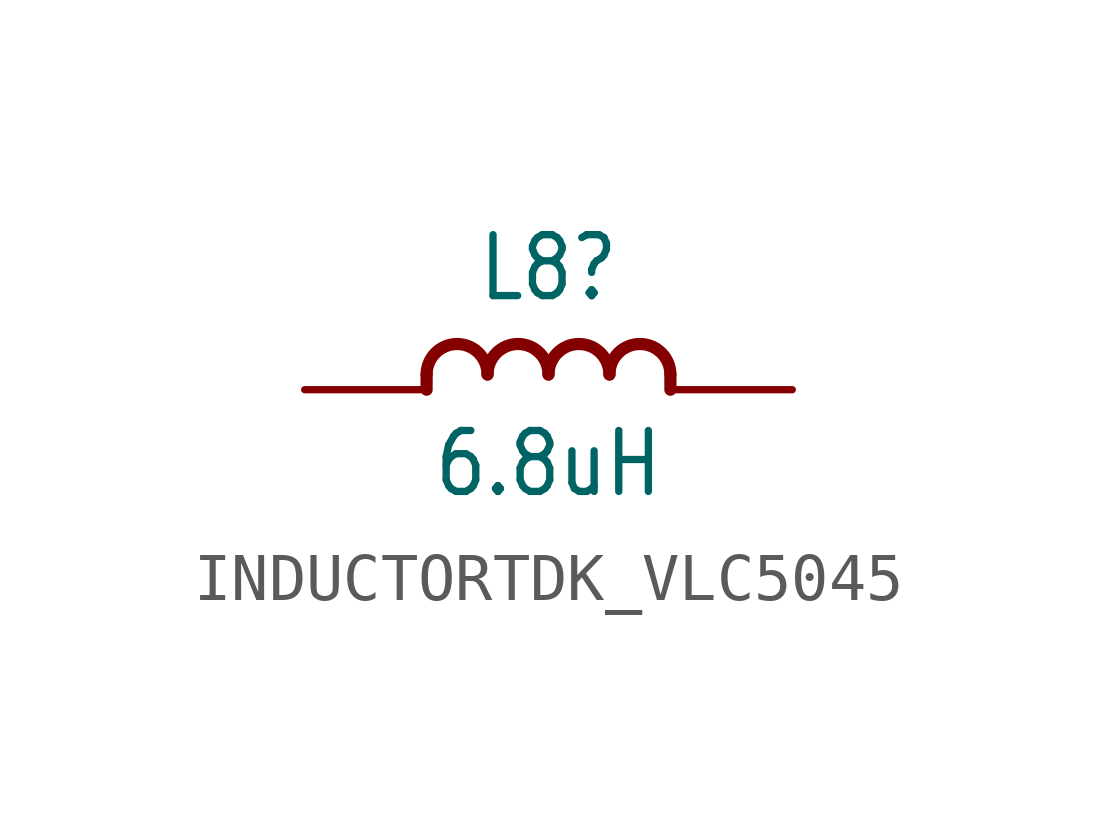
<source format=kicad_sym>
(kicad_symbol_lib
  (version 20220914)
  (generator kicad_symbol_editor)
  (symbol "INDUCTORTDK_VLC5045"
    (property "Reference" "L8"
      (at 0 2.54 0)
      (effects (font (size 1.27 1.079))))
    (property "Value" "6.8uH"
      (at 0 -1.54 0)
      (effects (font (size 1.27 1.079))))
    (property "ki_locked" ""
      (at 0 0 0)
      (effects (font (size 1.27 1.27))))
    (symbol "INDUCTORTDK_VLC5045_1_0"
      (arc (start -1.27 0.3173) (mid -1.9049 0.9497) (end -2.54 0.3175) (stroke (width 0.254) (type solid)) (fill (type none)))
      (polyline (pts (xy -2.54 0.318) (xy -2.54 0)) (stroke (width 0.254) (type solid)) (fill (type none)))
      (polyline (pts (xy 2.54 0.318) (xy 2.54 0)) (stroke (width 0.254) (type solid)) (fill (type none)))
      (arc (start 0 0.3173) (mid -0.6349 0.9497) (end -1.27 0.3175) (stroke (width 0.254) (type solid)) (fill (type none)))
      (arc (start 1.27 0.3173) (mid 0.6351 0.9497) (end 0 0.3175) (stroke (width 0.254) (type solid)) (fill (type none)))
      (arc (start 2.54 0.3173) (mid 1.9051 0.9497) (end 1.27 0.3175) (stroke (width 0.254) (type solid)) (fill (type none)))
      (pin passive line (at -5.08 0 0) (length 2.54) (name "1" (effects (font (size 0 0)))) (number "P$1" (effects (font (size 0 0)))))
      (pin passive line (at 5.08 0 180) (length 2.54) (name "2" (effects (font (size 0 0)))) (number "P$2" (effects (font (size 0 0))))))))
</source>
